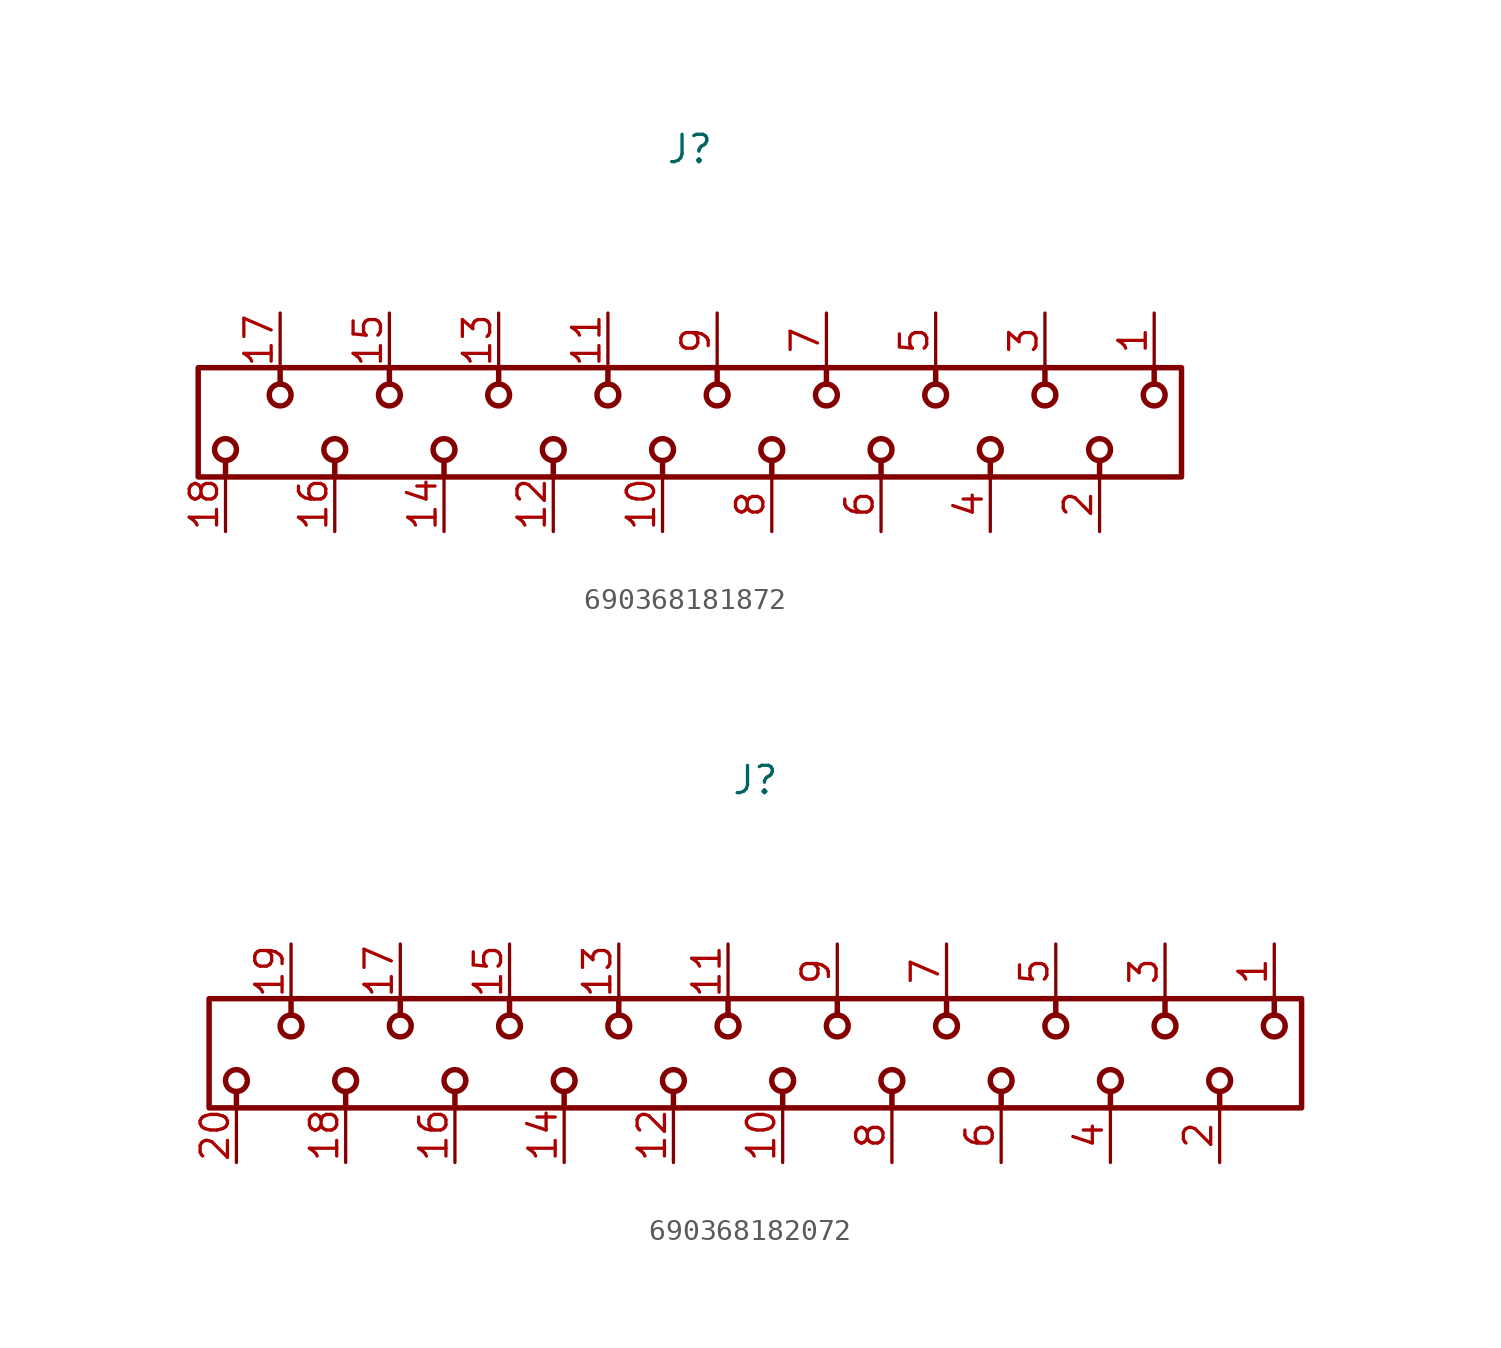
<source format=kicad_sym>
(kicad_symbol_lib
  (version 20241209)
  (generator "kicad_symbol_editor")
  (generator_version "9.0")
  (symbol "690368181872"
    (pin_names
      (hide yes))
    (property "Reference" "J"
      (at 0 12.7 0)
      (effects (font (size 1.27 1.27))))
    (symbol "690368181872_1_1"
      (rectangle (start -22.86 2.54) (end 22.86 -2.54) (stroke (width 0.254) (type solid)) (fill (type none)))
      (circle (center -21.59 -1.27) (radius 0.508) (stroke (width 0.254) (type solid)) (fill (type none)))
      (polyline (pts (xy -21.59 -1.778) (xy -21.59 -2.54)) (stroke (width 0.254) (type solid)) (fill (type none)))
      (polyline (pts (xy -19.05 1.778) (xy -19.05 2.54)) (stroke (width 0.254) (type solid)) (fill (type none)))
      (circle (center -19.05 1.27) (radius 0.508) (stroke (width 0.254) (type solid)) (fill (type none)))
      (circle (center -16.51 -1.27) (radius 0.508) (stroke (width 0.254) (type solid)) (fill (type none)))
      (polyline (pts (xy -16.51 -1.778) (xy -16.51 -2.54)) (stroke (width 0.254) (type solid)) (fill (type none)))
      (polyline (pts (xy -13.97 1.778) (xy -13.97 2.54)) (stroke (width 0.254) (type solid)) (fill (type none)))
      (circle (center -13.97 1.27) (radius 0.508) (stroke (width 0.254) (type solid)) (fill (type none)))
      (circle (center -11.43 -1.27) (radius 0.508) (stroke (width 0.254) (type solid)) (fill (type none)))
      (polyline (pts (xy -11.43 -1.778) (xy -11.43 -2.54)) (stroke (width 0.254) (type solid)) (fill (type none)))
      (polyline (pts (xy -8.89 1.778) (xy -8.89 2.54)) (stroke (width 0.254) (type solid)) (fill (type none)))
      (circle (center -8.89 1.27) (radius 0.508) (stroke (width 0.254) (type solid)) (fill (type none)))
      (circle (center -6.35 -1.27) (radius 0.508) (stroke (width 0.254) (type solid)) (fill (type none)))
      (polyline (pts (xy -6.35 -1.778) (xy -6.35 -2.54)) (stroke (width 0.254) (type solid)) (fill (type none)))
      (polyline (pts (xy -3.81 1.778) (xy -3.81 2.54)) (stroke (width 0.254) (type solid)) (fill (type none)))
      (circle (center -3.81 1.27) (radius 0.508) (stroke (width 0.254) (type solid)) (fill (type none)))
      (circle (center -1.27 -1.27) (radius 0.508) (stroke (width 0.254) (type solid)) (fill (type none)))
      (polyline (pts (xy -1.27 -1.778) (xy -1.27 -2.54)) (stroke (width 0.254) (type solid)) (fill (type none)))
      (polyline (pts (xy 1.27 1.778) (xy 1.27 2.54)) (stroke (width 0.254) (type solid)) (fill (type none)))
      (circle (center 1.27 1.27) (radius 0.508) (stroke (width 0.254) (type solid)) (fill (type none)))
      (circle (center 3.81 -1.27) (radius 0.508) (stroke (width 0.254) (type solid)) (fill (type none)))
      (polyline (pts (xy 3.81 -1.778) (xy 3.81 -2.54)) (stroke (width 0.254) (type solid)) (fill (type none)))
      (polyline (pts (xy 6.35 1.778) (xy 6.35 2.54)) (stroke (width 0.254) (type solid)) (fill (type none)))
      (circle (center 6.35 1.27) (radius 0.508) (stroke (width 0.254) (type solid)) (fill (type none)))
      (circle (center 8.89 -1.27) (radius 0.508) (stroke (width 0.254) (type solid)) (fill (type none)))
      (polyline (pts (xy 8.89 -1.778) (xy 8.89 -2.54)) (stroke (width 0.254) (type solid)) (fill (type none)))
      (polyline (pts (xy 11.43 1.778) (xy 11.43 2.54)) (stroke (width 0.254) (type solid)) (fill (type none)))
      (circle (center 11.43 1.27) (radius 0.508) (stroke (width 0.254) (type solid)) (fill (type none)))
      (circle (center 13.97 -1.27) (radius 0.508) (stroke (width 0.254) (type solid)) (fill (type none)))
      (polyline (pts (xy 13.97 -1.778) (xy 13.97 -2.54)) (stroke (width 0.254) (type solid)) (fill (type none)))
      (polyline (pts (xy 16.51 1.778) (xy 16.51 2.54)) (stroke (width 0.254) (type solid)) (fill (type none)))
      (circle (center 16.51 1.27) (radius 0.508) (stroke (width 0.254) (type solid)) (fill (type none)))
      (circle (center 19.05 -1.27) (radius 0.508) (stroke (width 0.254) (type solid)) (fill (type none)))
      (polyline (pts (xy 19.05 -1.778) (xy 19.05 -2.54)) (stroke (width 0.254) (type solid)) (fill (type none)))
      (polyline (pts (xy 21.59 1.778) (xy 21.59 2.54)) (stroke (width 0.254) (type solid)) (fill (type none)))
      (circle (center 21.59 1.27) (radius 0.508) (stroke (width 0.254) (type solid)) (fill (type none)))
      (pin passive line (at -21.59 -5.08 90) (length 2.54) (name "18" (effects (font (size 1.27 1.27)))) (number "18" (effects (font (size 1.27 1.27)))))
      (pin passive line (at -19.05 5.08 270) (length 2.54) (name "17" (effects (font (size 1.27 1.27)))) (number "17" (effects (font (size 1.27 1.27)))))
      (pin passive line (at -16.51 -5.08 90) (length 2.54) (name "16" (effects (font (size 1.27 1.27)))) (number "16" (effects (font (size 1.27 1.27)))))
      (pin passive line (at -13.97 5.08 270) (length 2.54) (name "15" (effects (font (size 1.27 1.27)))) (number "15" (effects (font (size 1.27 1.27)))))
      (pin passive line (at -11.43 -5.08 90) (length 2.54) (name "14" (effects (font (size 1.27 1.27)))) (number "14" (effects (font (size 1.27 1.27)))))
      (pin passive line (at -8.89 5.08 270) (length 2.54) (name "13" (effects (font (size 1.27 1.27)))) (number "13" (effects (font (size 1.27 1.27)))))
      (pin passive line (at -6.35 -5.08 90) (length 2.54) (name "12" (effects (font (size 1.27 1.27)))) (number "12" (effects (font (size 1.27 1.27)))))
      (pin passive line (at -3.81 5.08 270) (length 2.54) (name "11" (effects (font (size 1.27 1.27)))) (number "11" (effects (font (size 1.27 1.27)))))
      (pin passive line (at -1.27 -5.08 90) (length 2.54) (name "10" (effects (font (size 1.27 1.27)))) (number "10" (effects (font (size 1.27 1.27)))))
      (pin passive line (at 1.27 5.08 270) (length 2.54) (name "9" (effects (font (size 1.27 1.27)))) (number "9" (effects (font (size 1.27 1.27)))))
      (pin passive line (at 3.81 -5.08 90) (length 2.54) (name "8" (effects (font (size 1.27 1.27)))) (number "8" (effects (font (size 1.27 1.27)))))
      (pin passive line (at 6.35 5.08 270) (length 2.54) (name "7" (effects (font (size 1.27 1.27)))) (number "7" (effects (font (size 1.27 1.27)))))
      (pin passive line (at 8.89 -5.08 90) (length 2.54) (name "6" (effects (font (size 1.27 1.27)))) (number "6" (effects (font (size 1.27 1.27)))))
      (pin passive line (at 11.43 5.08 270) (length 2.54) (name "5" (effects (font (size 1.27 1.27)))) (number "5" (effects (font (size 1.27 1.27)))))
      (pin passive line (at 13.97 -5.08 90) (length 2.54) (name "4" (effects (font (size 1.27 1.27)))) (number "4" (effects (font (size 1.27 1.27)))))
      (pin passive line (at 16.51 5.08 270) (length 2.54) (name "3" (effects (font (size 1.27 1.27)))) (number "3" (effects (font (size 1.27 1.27)))))
      (pin passive line (at 19.05 -5.08 90) (length 2.54) (name "2" (effects (font (size 1.27 1.27)))) (number "2" (effects (font (size 1.27 1.27)))))
      (pin passive line (at 21.59 5.08 270) (length 2.54) (name "1" (effects (font (size 1.27 1.27)))) (number "1" (effects (font (size 1.27 1.27)))))))
  (symbol "690368182072"
    (pin_names
      (hide yes))
    (property "Reference" "J"
      (at 0 12.7 0)
      (effects (font (size 1.27 1.27))))
    (symbol "690368182072_1_1"
      (rectangle (start -25.4 2.54) (end 25.4 -2.54) (stroke (width 0.254) (type solid)) (fill (type none)))
      (circle (center -24.13 -1.27) (radius 0.508) (stroke (width 0.254) (type solid)) (fill (type none)))
      (polyline (pts (xy -24.13 -1.778) (xy -24.13 -2.54)) (stroke (width 0.254) (type solid)) (fill (type none)))
      (polyline (pts (xy -21.59 1.778) (xy -21.59 2.54)) (stroke (width 0.254) (type solid)) (fill (type none)))
      (circle (center -21.59 1.27) (radius 0.508) (stroke (width 0.254) (type solid)) (fill (type none)))
      (circle (center -19.05 -1.27) (radius 0.508) (stroke (width 0.254) (type solid)) (fill (type none)))
      (polyline (pts (xy -19.05 -1.778) (xy -19.05 -2.54)) (stroke (width 0.254) (type solid)) (fill (type none)))
      (polyline (pts (xy -16.51 1.778) (xy -16.51 2.54)) (stroke (width 0.254) (type solid)) (fill (type none)))
      (circle (center -16.51 1.27) (radius 0.508) (stroke (width 0.254) (type solid)) (fill (type none)))
      (circle (center -13.97 -1.27) (radius 0.508) (stroke (width 0.254) (type solid)) (fill (type none)))
      (polyline (pts (xy -13.97 -1.778) (xy -13.97 -2.54)) (stroke (width 0.254) (type solid)) (fill (type none)))
      (polyline (pts (xy -11.43 1.778) (xy -11.43 2.54)) (stroke (width 0.254) (type solid)) (fill (type none)))
      (circle (center -11.43 1.27) (radius 0.508) (stroke (width 0.254) (type solid)) (fill (type none)))
      (circle (center -8.89 -1.27) (radius 0.508) (stroke (width 0.254) (type solid)) (fill (type none)))
      (polyline (pts (xy -8.89 -1.778) (xy -8.89 -2.54)) (stroke (width 0.254) (type solid)) (fill (type none)))
      (polyline (pts (xy -6.35 1.778) (xy -6.35 2.54)) (stroke (width 0.254) (type solid)) (fill (type none)))
      (circle (center -6.35 1.27) (radius 0.508) (stroke (width 0.254) (type solid)) (fill (type none)))
      (circle (center -3.81 -1.27) (radius 0.508) (stroke (width 0.254) (type solid)) (fill (type none)))
      (polyline (pts (xy -3.81 -1.778) (xy -3.81 -2.54)) (stroke (width 0.254) (type solid)) (fill (type none)))
      (polyline (pts (xy -1.27 1.778) (xy -1.27 2.54)) (stroke (width 0.254) (type solid)) (fill (type none)))
      (circle (center -1.27 1.27) (radius 0.508) (stroke (width 0.254) (type solid)) (fill (type none)))
      (circle (center 1.27 -1.27) (radius 0.508) (stroke (width 0.254) (type solid)) (fill (type none)))
      (polyline (pts (xy 1.27 -1.778) (xy 1.27 -2.54)) (stroke (width 0.254) (type solid)) (fill (type none)))
      (polyline (pts (xy 3.81 1.778) (xy 3.81 2.54)) (stroke (width 0.254) (type solid)) (fill (type none)))
      (circle (center 3.81 1.27) (radius 0.508) (stroke (width 0.254) (type solid)) (fill (type none)))
      (circle (center 6.35 -1.27) (radius 0.508) (stroke (width 0.254) (type solid)) (fill (type none)))
      (polyline (pts (xy 6.35 -1.778) (xy 6.35 -2.54)) (stroke (width 0.254) (type solid)) (fill (type none)))
      (polyline (pts (xy 8.89 1.778) (xy 8.89 2.54)) (stroke (width 0.254) (type solid)) (fill (type none)))
      (circle (center 8.89 1.27) (radius 0.508) (stroke (width 0.254) (type solid)) (fill (type none)))
      (circle (center 11.43 -1.27) (radius 0.508) (stroke (width 0.254) (type solid)) (fill (type none)))
      (polyline (pts (xy 11.43 -1.778) (xy 11.43 -2.54)) (stroke (width 0.254) (type solid)) (fill (type none)))
      (polyline (pts (xy 13.97 1.778) (xy 13.97 2.54)) (stroke (width 0.254) (type solid)) (fill (type none)))
      (circle (center 13.97 1.27) (radius 0.508) (stroke (width 0.254) (type solid)) (fill (type none)))
      (circle (center 16.51 -1.27) (radius 0.508) (stroke (width 0.254) (type solid)) (fill (type none)))
      (polyline (pts (xy 16.51 -1.778) (xy 16.51 -2.54)) (stroke (width 0.254) (type solid)) (fill (type none)))
      (polyline (pts (xy 19.05 1.778) (xy 19.05 2.54)) (stroke (width 0.254) (type solid)) (fill (type none)))
      (circle (center 19.05 1.27) (radius 0.508) (stroke (width 0.254) (type solid)) (fill (type none)))
      (circle (center 21.59 -1.27) (radius 0.508) (stroke (width 0.254) (type solid)) (fill (type none)))
      (polyline (pts (xy 21.59 -1.778) (xy 21.59 -2.54)) (stroke (width 0.254) (type solid)) (fill (type none)))
      (polyline (pts (xy 24.13 1.778) (xy 24.13 2.54)) (stroke (width 0.254) (type solid)) (fill (type none)))
      (circle (center 24.13 1.27) (radius 0.508) (stroke (width 0.254) (type solid)) (fill (type none)))
      (pin passive line (at -24.13 -5.08 90) (length 2.54) (name "20" (effects (font (size 1.27 1.27)))) (number "20" (effects (font (size 1.27 1.27)))))
      (pin passive line (at -21.59 5.08 270) (length 2.54) (name "19" (effects (font (size 1.27 1.27)))) (number "19" (effects (font (size 1.27 1.27)))))
      (pin passive line (at -19.05 -5.08 90) (length 2.54) (name "18" (effects (font (size 1.27 1.27)))) (number "18" (effects (font (size 1.27 1.27)))))
      (pin passive line (at -16.51 5.08 270) (length 2.54) (name "17" (effects (font (size 1.27 1.27)))) (number "17" (effects (font (size 1.27 1.27)))))
      (pin passive line (at -13.97 -5.08 90) (length 2.54) (name "16" (effects (font (size 1.27 1.27)))) (number "16" (effects (font (size 1.27 1.27)))))
      (pin passive line (at -11.43 5.08 270) (length 2.54) (name "15" (effects (font (size 1.27 1.27)))) (number "15" (effects (font (size 1.27 1.27)))))
      (pin passive line (at -8.89 -5.08 90) (length 2.54) (name "14" (effects (font (size 1.27 1.27)))) (number "14" (effects (font (size 1.27 1.27)))))
      (pin passive line (at -6.35 5.08 270) (length 2.54) (name "13" (effects (font (size 1.27 1.27)))) (number "13" (effects (font (size 1.27 1.27)))))
      (pin passive line (at -3.81 -5.08 90) (length 2.54) (name "12" (effects (font (size 1.27 1.27)))) (number "12" (effects (font (size 1.27 1.27)))))
      (pin passive line (at -1.27 5.08 270) (length 2.54) (name "11" (effects (font (size 1.27 1.27)))) (number "11" (effects (font (size 1.27 1.27)))))
      (pin passive line (at 1.27 -5.08 90) (length 2.54) (name "10" (effects (font (size 1.27 1.27)))) (number "10" (effects (font (size 1.27 1.27)))))
      (pin passive line (at 3.81 5.08 270) (length 2.54) (name "9" (effects (font (size 1.27 1.27)))) (number "9" (effects (font (size 1.27 1.27)))))
      (pin passive line (at 6.35 -5.08 90) (length 2.54) (name "8" (effects (font (size 1.27 1.27)))) (number "8" (effects (font (size 1.27 1.27)))))
      (pin passive line (at 8.89 5.08 270) (length 2.54) (name "7" (effects (font (size 1.27 1.27)))) (number "7" (effects (font (size 1.27 1.27)))))
      (pin passive line (at 11.43 -5.08 90) (length 2.54) (name "6" (effects (font (size 1.27 1.27)))) (number "6" (effects (font (size 1.27 1.27)))))
      (pin passive line (at 13.97 5.08 270) (length 2.54) (name "5" (effects (font (size 1.27 1.27)))) (number "5" (effects (font (size 1.27 1.27)))))
      (pin passive line (at 16.51 -5.08 90) (length 2.54) (name "4" (effects (font (size 1.27 1.27)))) (number "4" (effects (font (size 1.27 1.27)))))
      (pin passive line (at 19.05 5.08 270) (length 2.54) (name "3" (effects (font (size 1.27 1.27)))) (number "3" (effects (font (size 1.27 1.27)))))
      (pin passive line (at 21.59 -5.08 90) (length 2.54) (name "2" (effects (font (size 1.27 1.27)))) (number "2" (effects (font (size 1.27 1.27)))))
      (pin passive line (at 24.13 5.08 270) (length 2.54) (name "1" (effects (font (size 1.27 1.27)))) (number "1" (effects (font (size 1.27 1.27))))))))
</source>
